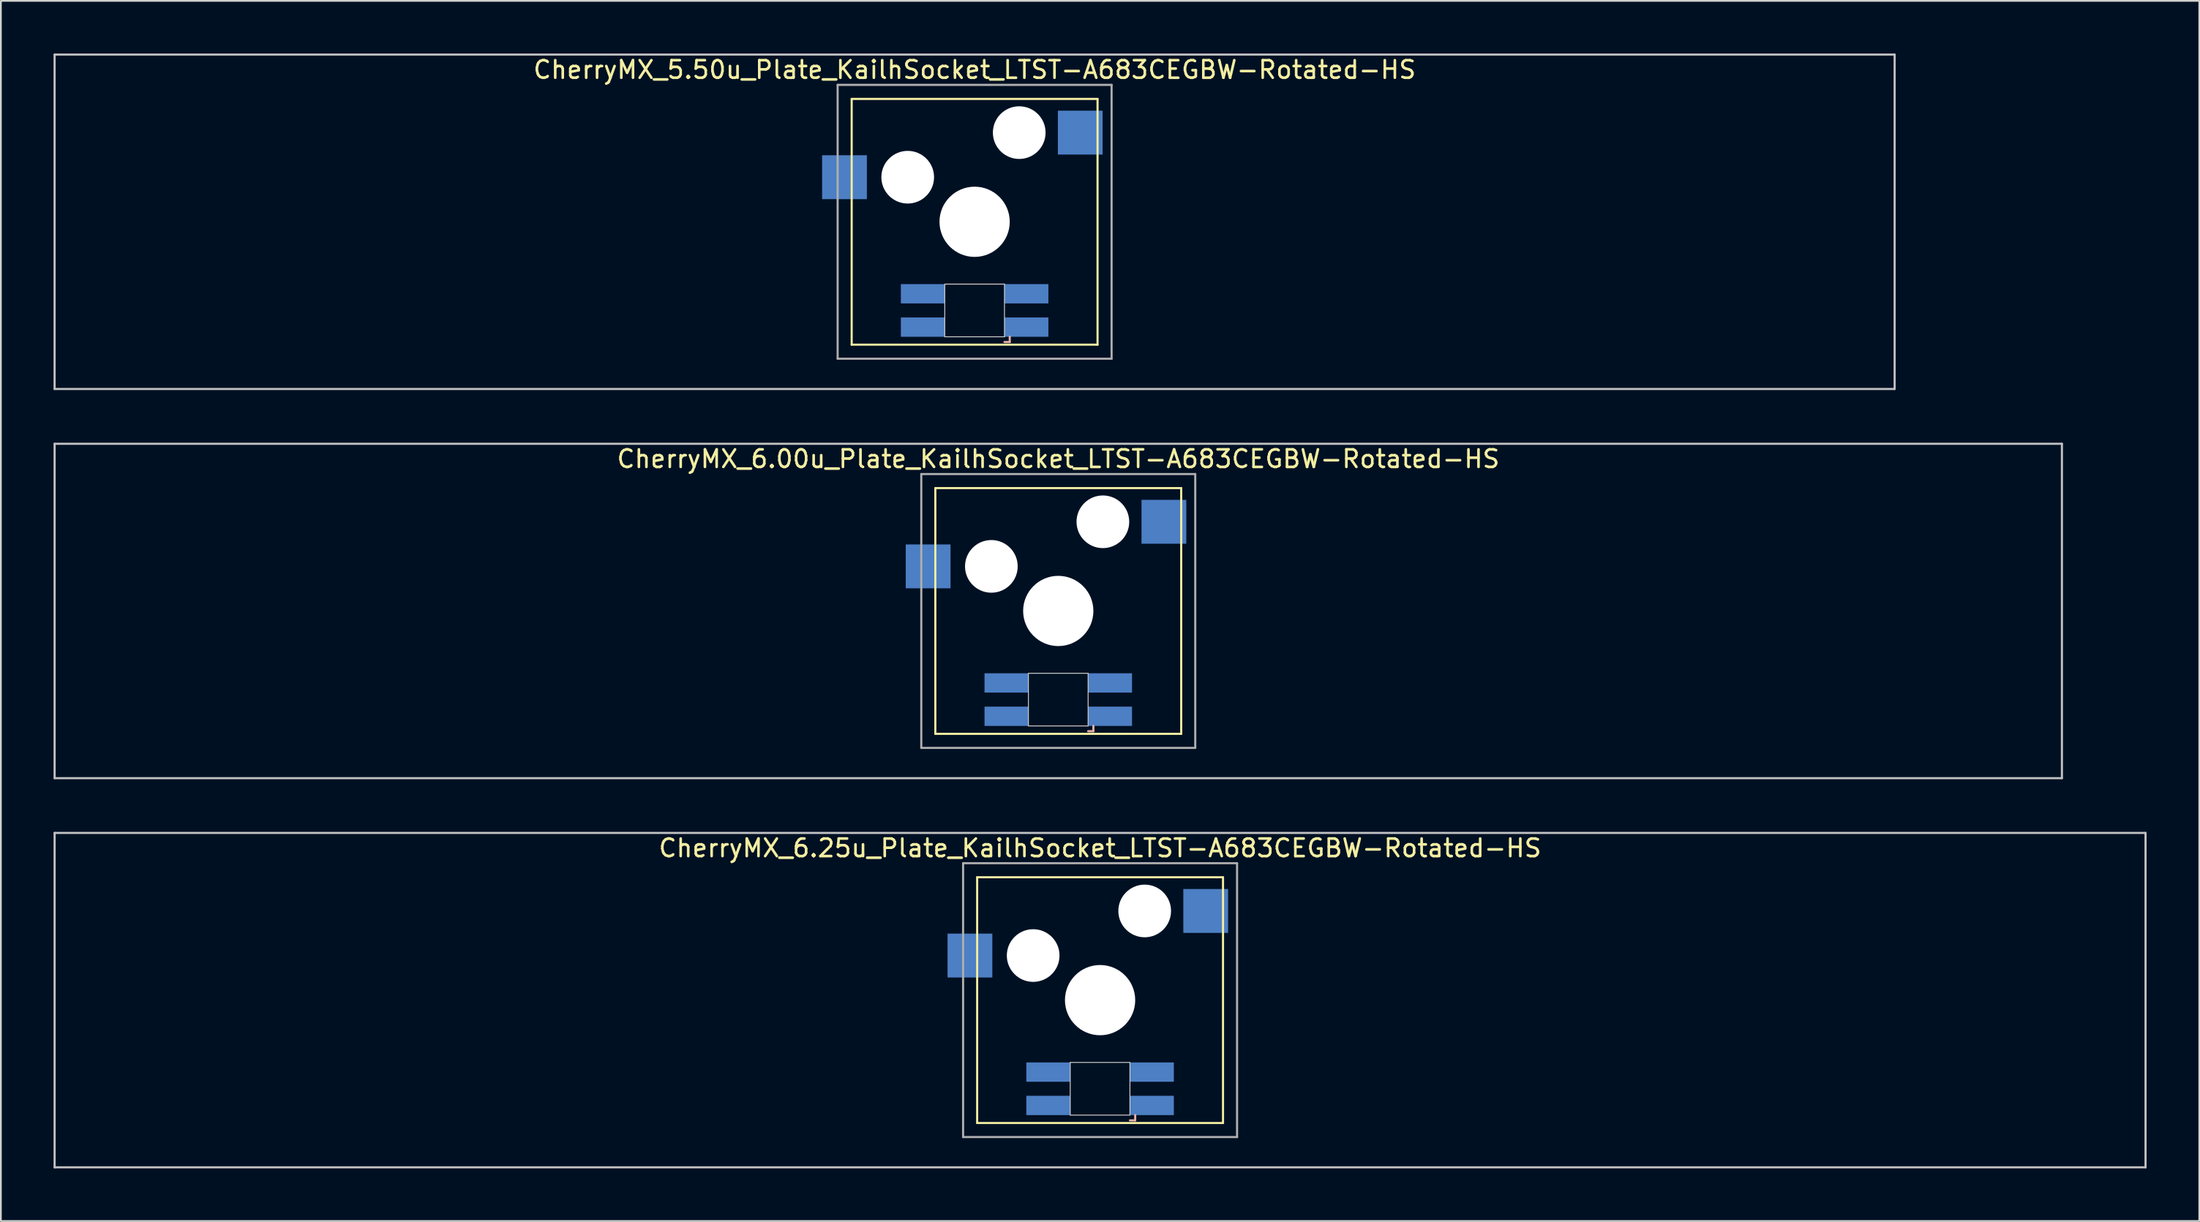
<source format=kicad_pcb>
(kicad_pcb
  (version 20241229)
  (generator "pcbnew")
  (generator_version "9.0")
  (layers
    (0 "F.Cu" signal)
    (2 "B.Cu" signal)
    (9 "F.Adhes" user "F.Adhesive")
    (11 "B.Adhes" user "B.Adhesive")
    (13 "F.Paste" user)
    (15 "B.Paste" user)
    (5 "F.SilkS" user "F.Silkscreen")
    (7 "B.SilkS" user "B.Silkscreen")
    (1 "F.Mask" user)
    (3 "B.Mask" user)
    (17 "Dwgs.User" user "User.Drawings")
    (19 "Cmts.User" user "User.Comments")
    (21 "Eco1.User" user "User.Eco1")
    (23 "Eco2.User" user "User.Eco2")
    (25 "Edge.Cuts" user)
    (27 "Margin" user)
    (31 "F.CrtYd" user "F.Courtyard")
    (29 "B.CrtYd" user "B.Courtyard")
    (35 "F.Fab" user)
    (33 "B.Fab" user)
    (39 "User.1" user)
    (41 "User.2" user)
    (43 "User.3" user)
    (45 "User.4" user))
  (footprint "CherryMX_6.25u_Plate_KailhSocket_LTST-A683CEGBW-Rotated-HS"
    (layer "F.Cu")
    (at 59.591 53.925)
    (property "Reference" "CherryMX_6.25u_Plate_KailhSocket_LTST-A683CEGBW-Rotated-HS" (at 0 -8.662 0) (layer "F.SilkS") (effects (font (size 1 1) (thickness 0.15))))
    (attr through_hole)
    (fp_line (start -7 -7) (end -7 7) (stroke (width 0.12) (type solid)) (layer "F.SilkS"))
    (fp_line (start -7 -7) (end 7 -7) (stroke (width 0.12) (type solid)) (layer "F.SilkS"))
    (fp_line (start 7 -7) (end 7 7) (stroke (width 0.12) (type solid)) (layer "F.SilkS"))
    (fp_line (start 7 7) (end -7 7) (stroke (width 0.12) (type solid)) (layer "F.SilkS"))
    (fp_line (start 1.7 6.85) (end 2 6.85) (stroke (width 0.12) (type solid)) (layer "B.SilkS"))
    (fp_line (start 2 6.85) (end 2 6.55) (stroke (width 0.12) (type solid)) (layer "B.SilkS"))
    (fp_line (start -59.531 -9.525) (end 59.531 -9.525) (stroke (width 0.12) (type solid)) (layer "Dwgs.User"))
    (fp_line (start -59.531 9.525) (end -59.531 -9.525) (stroke (width 0.12) (type solid)) (layer "Dwgs.User"))
    (fp_line (start 59.531 -9.525) (end 59.531 9.525) (stroke (width 0.12) (type solid)) (layer "Dwgs.User"))
    (fp_line (start 59.531 9.525) (end -59.531 9.525) (stroke (width 0.12) (type solid)) (layer "Dwgs.User"))
    (fp_line (start -1.7 3.55) (end 1.7 3.55) (stroke (width 0.05) (type solid)) (layer "Edge.Cuts"))
    (fp_line (start -1.7 6.55) (end -1.7 3.55) (stroke (width 0.05) (type solid)) (layer "Edge.Cuts"))
    (fp_line (start 1.7 3.55) (end 1.7 6.55) (stroke (width 0.05) (type solid)) (layer "Edge.Cuts"))
    (fp_line (start 1.7 6.55) (end -1.7 6.55) (stroke (width 0.05) (type solid)) (layer "Edge.Cuts"))
    (fp_line (start -7.8 -7.8) (end -7.8 7.8) (stroke (width 0.12) (type solid)) (layer "F.Fab"))
    (fp_line (start -7.8 -7.8) (end 7.8 -7.8) (stroke (width 0.12) (type solid)) (layer "F.Fab"))
    (fp_line (start -7.8 7.8) (end 7.8 7.8) (stroke (width 0.12) (type solid)) (layer "F.Fab"))
    (fp_line (start 7.8 -7.8) (end 7.8 7.8) (stroke (width 0.12) (type solid)) (layer "F.Fab"))
    (pad "" np_thru_hole circle (at -3.81 -2.54) (size 3 3) (drill 3) (layers "*.Cu" "*.Mask"))
    (pad "" np_thru_hole circle (at 0 0) (size 4 4) (drill 4) (layers "*.Cu" "*.Mask"))
    (pad "" np_thru_hole circle (at 2.54 -5.08) (size 3 3) (drill 3) (layers "*.Cu" "*.Mask"))
    (pad "1" smd rect (at -7.41 -2.54) (size 2.55 2.5) (layers "B.Cu" "B.Mask" "B.Paste"))
    (pad "2" smd rect (at 6.015 -5.08) (size 2.55 2.5) (layers "B.Cu" "B.Mask" "B.Paste"))
    (pad "3" smd rect (at 2.95 6) (size 2.5 1.1) (layers "B.Cu" "B.Mask" "B.Paste"))
    (pad "4" smd rect (at 2.95 4.1) (size 2.5 1.1) (layers "B.Cu" "B.Mask" "B.Paste"))
    (pad "5" smd rect (at -2.95 6) (size 2.5 1.1) (layers "B.Cu" "B.Mask" "B.Paste"))
    (pad "6" smd rect (at -2.95 4.1) (size 2.5 1.1) (layers "B.Cu" "B.Mask" "B.Paste")))
  (footprint "CherryMX_5.50u_Plate_KailhSocket_LTST-A683CEGBW-Rotated-HS"
    (layer "F.Cu")
    (at 52.447 9.585)
    (property "Reference" "CherryMX_5.50u_Plate_KailhSocket_LTST-A683CEGBW-Rotated-HS" (at 0 -8.662 0) (layer "F.SilkS") (effects (font (size 1 1) (thickness 0.15))))
    (attr through_hole)
    (fp_line (start -7 -7) (end -7 7) (stroke (width 0.12) (type solid)) (layer "F.SilkS"))
    (fp_line (start -7 -7) (end 7 -7) (stroke (width 0.12) (type solid)) (layer "F.SilkS"))
    (fp_line (start 7 -7) (end 7 7) (stroke (width 0.12) (type solid)) (layer "F.SilkS"))
    (fp_line (start 7 7) (end -7 7) (stroke (width 0.12) (type solid)) (layer "F.SilkS"))
    (fp_line (start 1.7 6.85) (end 2 6.85) (stroke (width 0.12) (type solid)) (layer "B.SilkS"))
    (fp_line (start 2 6.85) (end 2 6.55) (stroke (width 0.12) (type solid)) (layer "B.SilkS"))
    (fp_line (start -52.388 -9.525) (end 52.388 -9.525) (stroke (width 0.12) (type solid)) (layer "Dwgs.User"))
    (fp_line (start -52.388 9.525) (end -52.388 -9.525) (stroke (width 0.12) (type solid)) (layer "Dwgs.User"))
    (fp_line (start 52.388 -9.525) (end 52.388 9.525) (stroke (width 0.12) (type solid)) (layer "Dwgs.User"))
    (fp_line (start 52.388 9.525) (end -52.388 9.525) (stroke (width 0.12) (type solid)) (layer "Dwgs.User"))
    (fp_line (start -1.7 3.55) (end 1.7 3.55) (stroke (width 0.05) (type solid)) (layer "Edge.Cuts"))
    (fp_line (start -1.7 6.55) (end -1.7 3.55) (stroke (width 0.05) (type solid)) (layer "Edge.Cuts"))
    (fp_line (start 1.7 3.55) (end 1.7 6.55) (stroke (width 0.05) (type solid)) (layer "Edge.Cuts"))
    (fp_line (start 1.7 6.55) (end -1.7 6.55) (stroke (width 0.05) (type solid)) (layer "Edge.Cuts"))
    (fp_line (start -7.8 -7.8) (end -7.8 7.8) (stroke (width 0.12) (type solid)) (layer "F.Fab"))
    (fp_line (start -7.8 -7.8) (end 7.8 -7.8) (stroke (width 0.12) (type solid)) (layer "F.Fab"))
    (fp_line (start -7.8 7.8) (end 7.8 7.8) (stroke (width 0.12) (type solid)) (layer "F.Fab"))
    (fp_line (start 7.8 -7.8) (end 7.8 7.8) (stroke (width 0.12) (type solid)) (layer "F.Fab"))
    (pad "" np_thru_hole circle (at -3.81 -2.54) (size 3 3) (drill 3) (layers "*.Cu" "*.Mask"))
    (pad "" np_thru_hole circle (at 0 0) (size 4 4) (drill 4) (layers "*.Cu" "*.Mask"))
    (pad "" np_thru_hole circle (at 2.54 -5.08) (size 3 3) (drill 3) (layers "*.Cu" "*.Mask"))
    (pad "1" smd rect (at -7.41 -2.54) (size 2.55 2.5) (layers "B.Cu" "B.Mask" "B.Paste"))
    (pad "2" smd rect (at 6.015 -5.08) (size 2.55 2.5) (layers "B.Cu" "B.Mask" "B.Paste"))
    (pad "3" smd rect (at 2.95 6) (size 2.5 1.1) (layers "B.Cu" "B.Mask" "B.Paste"))
    (pad "4" smd rect (at 2.95 4.1) (size 2.5 1.1) (layers "B.Cu" "B.Mask" "B.Paste"))
    (pad "5" smd rect (at -2.95 6) (size 2.5 1.1) (layers "B.Cu" "B.Mask" "B.Paste"))
    (pad "6" smd rect (at -2.95 4.1) (size 2.5 1.1) (layers "B.Cu" "B.Mask" "B.Paste")))
  (footprint "CherryMX_6.00u_Plate_KailhSocket_LTST-A683CEGBW-Rotated-HS"
    (layer "F.Cu")
    (at 57.21 31.755)
    (property "Reference" "CherryMX_6.00u_Plate_KailhSocket_LTST-A683CEGBW-Rotated-HS" (at 0 -8.662 0) (layer "F.SilkS") (effects (font (size 1 1) (thickness 0.15))))
    (attr through_hole)
    (fp_line (start -7 -7) (end -7 7) (stroke (width 0.12) (type solid)) (layer "F.SilkS"))
    (fp_line (start -7 -7) (end 7 -7) (stroke (width 0.12) (type solid)) (layer "F.SilkS"))
    (fp_line (start 7 -7) (end 7 7) (stroke (width 0.12) (type solid)) (layer "F.SilkS"))
    (fp_line (start 7 7) (end -7 7) (stroke (width 0.12) (type solid)) (layer "F.SilkS"))
    (fp_line (start 1.7 6.85) (end 2 6.85) (stroke (width 0.12) (type solid)) (layer "B.SilkS"))
    (fp_line (start 2 6.85) (end 2 6.55) (stroke (width 0.12) (type solid)) (layer "B.SilkS"))
    (fp_line (start -57.15 -9.525) (end 57.15 -9.525) (stroke (width 0.12) (type solid)) (layer "Dwgs.User"))
    (fp_line (start -57.15 9.525) (end -57.15 -9.525) (stroke (width 0.12) (type solid)) (layer "Dwgs.User"))
    (fp_line (start 57.15 -9.525) (end 57.15 9.525) (stroke (width 0.12) (type solid)) (layer "Dwgs.User"))
    (fp_line (start 57.15 9.525) (end -57.15 9.525) (stroke (width 0.12) (type solid)) (layer "Dwgs.User"))
    (fp_line (start -1.7 3.55) (end 1.7 3.55) (stroke (width 0.05) (type solid)) (layer "Edge.Cuts"))
    (fp_line (start -1.7 6.55) (end -1.7 3.55) (stroke (width 0.05) (type solid)) (layer "Edge.Cuts"))
    (fp_line (start 1.7 3.55) (end 1.7 6.55) (stroke (width 0.05) (type solid)) (layer "Edge.Cuts"))
    (fp_line (start 1.7 6.55) (end -1.7 6.55) (stroke (width 0.05) (type solid)) (layer "Edge.Cuts"))
    (fp_line (start -7.8 -7.8) (end -7.8 7.8) (stroke (width 0.12) (type solid)) (layer "F.Fab"))
    (fp_line (start -7.8 -7.8) (end 7.8 -7.8) (stroke (width 0.12) (type solid)) (layer "F.Fab"))
    (fp_line (start -7.8 7.8) (end 7.8 7.8) (stroke (width 0.12) (type solid)) (layer "F.Fab"))
    (fp_line (start 7.8 -7.8) (end 7.8 7.8) (stroke (width 0.12) (type solid)) (layer "F.Fab"))
    (pad "" np_thru_hole circle (at -3.81 -2.54) (size 3 3) (drill 3) (layers "*.Cu" "*.Mask"))
    (pad "" np_thru_hole circle (at 0 0) (size 4 4) (drill 4) (layers "*.Cu" "*.Mask"))
    (pad "" np_thru_hole circle (at 2.54 -5.08) (size 3 3) (drill 3) (layers "*.Cu" "*.Mask"))
    (pad "1" smd rect (at -7.41 -2.54) (size 2.55 2.5) (layers "B.Cu" "B.Mask" "B.Paste"))
    (pad "2" smd rect (at 6.015 -5.08) (size 2.55 2.5) (layers "B.Cu" "B.Mask" "B.Paste"))
    (pad "3" smd rect (at 2.95 6) (size 2.5 1.1) (layers "B.Cu" "B.Mask" "B.Paste"))
    (pad "4" smd rect (at 2.95 4.1) (size 2.5 1.1) (layers "B.Cu" "B.Mask" "B.Paste"))
    (pad "5" smd rect (at -2.95 6) (size 2.5 1.1) (layers "B.Cu" "B.Mask" "B.Paste"))
    (pad "6" smd rect (at -2.95 4.1) (size 2.5 1.1) (layers "B.Cu" "B.Mask" "B.Paste")))
  (gr_rect
    (start -3 -3)
    (end 122.183 66.51)
    (stroke (width 0.1) (type default))
    (fill no)
    (layer "Edge.Cuts")))
</source>
